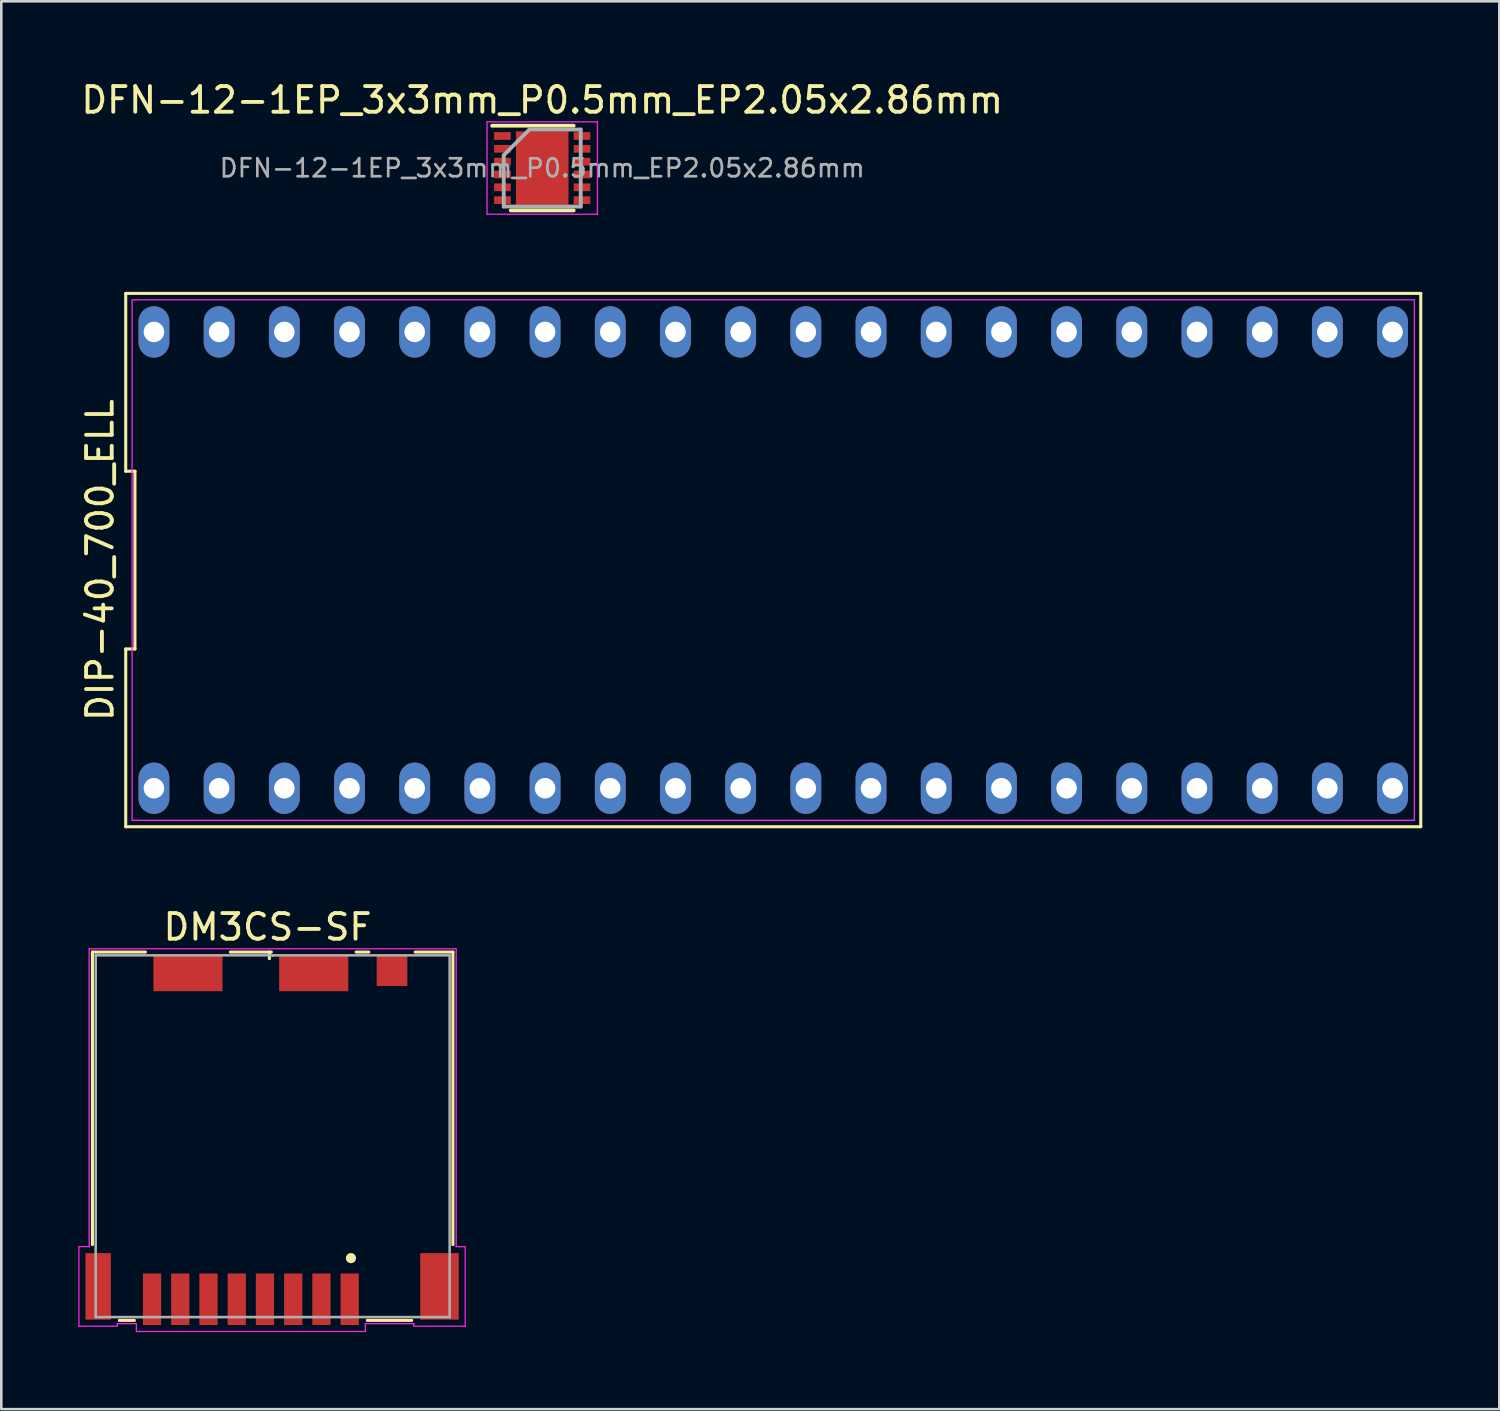
<source format=kicad_pcb>
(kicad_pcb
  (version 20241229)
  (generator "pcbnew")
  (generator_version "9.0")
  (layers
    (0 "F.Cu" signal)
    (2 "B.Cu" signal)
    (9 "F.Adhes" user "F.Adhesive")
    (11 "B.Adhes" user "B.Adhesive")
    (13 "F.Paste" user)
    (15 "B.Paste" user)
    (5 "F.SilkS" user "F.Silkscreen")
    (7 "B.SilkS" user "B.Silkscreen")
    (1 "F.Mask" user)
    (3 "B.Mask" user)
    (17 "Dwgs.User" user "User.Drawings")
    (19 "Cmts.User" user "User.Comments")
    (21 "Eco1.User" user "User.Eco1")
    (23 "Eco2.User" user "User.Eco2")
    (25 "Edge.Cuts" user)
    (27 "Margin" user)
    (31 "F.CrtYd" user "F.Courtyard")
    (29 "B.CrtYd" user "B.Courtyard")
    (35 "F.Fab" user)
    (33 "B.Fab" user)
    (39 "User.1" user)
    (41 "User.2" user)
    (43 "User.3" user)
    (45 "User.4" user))
  (footprint "DM3CS-SF"
    (layer "F.Cu")
    (at 7.574 41.221)
    (property "Reference" "DM3CS-SF" (at -0.2 -8.15 0) (layer "F.SilkS") (effects (font (size 1 1) (thickness 0.15))))
    (attr through_hole)
    (fp_line (start -7.023 -7.176) (end -7.023 4.223) (stroke (width 0.12) (type solid)) (layer "F.SilkS"))
    (fp_line (start -5.973 7.176) (end -5.388 7.176) (stroke (width 0.12) (type solid)) (layer "F.SilkS"))
    (fp_line (start -4.953 -7.176) (end -7.023 -7.176) (stroke (width 0.12) (type solid)) (layer "F.SilkS"))
    (fp_line (start -0.127 -7.176) (end -0.127 -6.921) (stroke (width 0.12) (type solid)) (layer "F.SilkS"))
    (fp_line (start -0.053 -7.176) (end -1.647 -7.176) (stroke (width 0.12) (type solid)) (layer "F.SilkS"))
    (fp_line (start 3.688 7.176) (end 5.419 7.176) (stroke (width 0.12) (type solid)) (layer "F.SilkS"))
    (fp_line (start 3.747 -7.176) (end 3.253 -7.176) (stroke (width 0.12) (type solid)) (layer "F.SilkS"))
    (fp_line (start 7.023 -7.176) (end 5.553 -7.176) (stroke (width 0.12) (type solid)) (layer "F.SilkS"))
    (fp_line (start 7.023 4.223) (end 7.023 -7.176) (stroke (width 0.12) (type solid)) (layer "F.SilkS"))
    (fp_circle (center 3.05 4.75) (end 3.15 4.75) (stroke (width 0.2) (type solid)) (fill no) (layer "F.SilkS"))
    (fp_line (start -7.549 4.302) (end -7.549 7.401) (stroke (width 0.05) (type solid)) (layer "F.CrtYd"))
    (fp_line (start -7.549 7.401) (end -6.051 7.401) (stroke (width 0.05) (type solid)) (layer "F.CrtYd"))
    (fp_line (start -7.15 -7.303) (end -7.15 4.302) (stroke (width 0.05) (type solid)) (layer "F.CrtYd"))
    (fp_line (start -7.15 4.302) (end -7.549 4.302) (stroke (width 0.05) (type solid)) (layer "F.CrtYd"))
    (fp_line (start -6.051 7.303) (end -5.31 7.303) (stroke (width 0.05) (type solid)) (layer "F.CrtYd"))
    (fp_line (start -6.051 7.401) (end -6.051 7.303) (stroke (width 0.05) (type solid)) (layer "F.CrtYd"))
    (fp_line (start -5.31 7.303) (end -5.31 7.609) (stroke (width 0.05) (type solid)) (layer "F.CrtYd"))
    (fp_line (start -5.31 7.609) (end 3.61 7.609) (stroke (width 0.05) (type solid)) (layer "F.CrtYd"))
    (fp_line (start 3.61 7.303) (end 5.497 7.303) (stroke (width 0.05) (type solid)) (layer "F.CrtYd"))
    (fp_line (start 3.61 7.609) (end 3.61 7.303) (stroke (width 0.05) (type solid)) (layer "F.CrtYd"))
    (fp_line (start 5.497 7.303) (end 5.497 7.401) (stroke (width 0.05) (type solid)) (layer "F.CrtYd"))
    (fp_line (start 5.497 7.401) (end 7.503 7.401) (stroke (width 0.05) (type solid)) (layer "F.CrtYd"))
    (fp_line (start 7.15 -7.303) (end -7.15 -7.303) (stroke (width 0.05) (type solid)) (layer "F.CrtYd"))
    (fp_line (start 7.15 4.302) (end 7.15 -7.303) (stroke (width 0.05) (type solid)) (layer "F.CrtYd"))
    (fp_line (start 7.503 4.302) (end 7.15 4.302) (stroke (width 0.05) (type solid)) (layer "F.CrtYd"))
    (fp_line (start 7.503 7.401) (end 7.503 4.302) (stroke (width 0.05) (type solid)) (layer "F.CrtYd"))
    (fp_line (start -6.896 -7.048) (end -6.896 7.048) (stroke (width 0.1) (type solid)) (layer "F.Fab"))
    (fp_line (start -6.896 7.048) (end 6.896 7.048) (stroke (width 0.1) (type solid)) (layer "F.Fab"))
    (fp_line (start 0 -7.048) (end 0 -7.048) (stroke (width 0.1) (type solid)) (layer "F.Fab"))
    (fp_line (start 0 -7.048) (end 0 -7.048) (stroke (width 0.1) (type solid)) (layer "F.Fab"))
    (fp_line (start 0 -7.048) (end 0 -7.048) (stroke (width 0.1) (type solid)) (layer "F.Fab"))
    (fp_line (start 0 -7.048) (end 0 -7.048) (stroke (width 0.1) (type solid)) (layer "F.Fab"))
    (fp_line (start 6.896 -7.048) (end -6.896 -7.048) (stroke (width 0.1) (type solid)) (layer "F.Fab"))
    (fp_line (start 6.896 7.048) (end 6.896 -7.048) (stroke (width 0.1) (type solid)) (layer "F.Fab"))
    (pad "1" smd rect (at 3 6.352) (size 0.711 2.007) (layers "F.Cu" "F.Mask" "F.Paste"))
    (pad "2" smd rect (at 1.9 6.352) (size 0.711 2.007) (layers "F.Cu" "F.Mask" "F.Paste"))
    (pad "3" smd rect (at 0.8 6.352) (size 0.711 2.007) (layers "F.Cu" "F.Mask" "F.Paste"))
    (pad "4" smd rect (at -0.3 6.352) (size 0.711 2.007) (layers "F.Cu" "F.Mask" "F.Paste"))
    (pad "5" smd rect (at -1.4 6.352) (size 0.711 2.007) (layers "F.Cu" "F.Mask" "F.Paste"))
    (pad "6" smd rect (at -2.5 6.352) (size 0.711 2.007) (layers "F.Cu" "F.Mask" "F.Paste"))
    (pad "7" smd rect (at -3.6 6.352) (size 0.711 2.007) (layers "F.Cu" "F.Mask" "F.Paste"))
    (pad "8" smd rect (at -4.7 6.352) (size 0.711 2.007) (layers "F.Cu" "F.Mask" "F.Paste"))
    (pad "9" smd rect (at 1.6 -6.348) (size 2.692 1.397) (layers "F.Cu" "F.Mask" "F.Paste"))
    (pad "10" smd rect (at -6.8 5.851) (size 0.991 2.591) (layers "F.Cu" "F.Mask" "F.Paste"))
    (pad "11" smd rect (at -3.3 -6.348) (size 2.692 1.397) (layers "F.Cu" "F.Mask" "F.Paste"))
    (pad "12" smd rect (at 4.65 -6.449) (size 1.194 1.194) (layers "F.Cu" "F.Mask" "F.Paste"))
    (pad "13" smd rect (at 6.5 5.851) (size 1.499 2.591) (layers "F.Cu" "F.Mask" "F.Paste")))
  (footprint "DIP-40_700_ELL"
    (layer "F.Cu")
    (at 27.078 18.773)
    (property "Reference" "DIP-40_700_ELL" (at -26.23 0 90) (layer "F.SilkS") (effects (font (size 1 1) (thickness 0.15))))
    (attr through_hole)
    (fp_line (start -25.23 -10.39) (end -25.23 -3.463) (stroke (width 0.12) (type solid)) (layer "F.SilkS"))
    (fp_line (start -25.23 -3.463) (end -24.87 -3.463) (stroke (width 0.12) (type solid)) (layer "F.SilkS"))
    (fp_line (start -25.23 3.463) (end -25.23 10.39) (stroke (width 0.12) (type solid)) (layer "F.SilkS"))
    (fp_line (start -25.23 10.39) (end 25.23 10.39) (stroke (width 0.12) (type solid)) (layer "F.SilkS"))
    (fp_line (start -24.87 -3.463) (end -24.87 3.463) (stroke (width 0.12) (type solid)) (layer "F.SilkS"))
    (fp_line (start -24.87 3.463) (end -25.23 3.463) (stroke (width 0.12) (type solid)) (layer "F.SilkS"))
    (fp_line (start 25.23 -10.39) (end -25.23 -10.39) (stroke (width 0.12) (type solid)) (layer "F.SilkS"))
    (fp_line (start 25.23 10.39) (end 25.23 -10.39) (stroke (width 0.12) (type solid)) (layer "F.SilkS"))
    (fp_line (start -24.98 -10.14) (end 24.98 -10.14) (stroke (width 0.05) (type solid)) (layer "F.CrtYd"))
    (fp_line (start -24.98 10.14) (end -24.98 -10.14) (stroke (width 0.05) (type solid)) (layer "F.CrtYd"))
    (fp_line (start 24.98 -10.14) (end 24.98 10.14) (stroke (width 0.05) (type solid)) (layer "F.CrtYd"))
    (fp_line (start 24.98 10.14) (end -24.98 10.14) (stroke (width 0.05) (type solid)) (layer "F.CrtYd"))
    (pad "1" thru_hole oval (at -24.13 8.89) (size 1.2 2) (drill 0.8) (layers "*.Cu" "*.Mask"))
    (pad "2" thru_hole oval (at -21.59 8.89) (size 1.2 2) (drill 0.8) (layers "*.Cu" "*.Mask"))
    (pad "3" thru_hole oval (at -19.05 8.89) (size 1.2 2) (drill 0.8) (layers "*.Cu" "*.Mask"))
    (pad "4" thru_hole oval (at -16.51 8.89) (size 1.2 2) (drill 0.8) (layers "*.Cu" "*.Mask"))
    (pad "5" thru_hole oval (at -13.97 8.89) (size 1.2 2) (drill 0.8) (layers "*.Cu" "*.Mask"))
    (pad "6" thru_hole oval (at -11.43 8.89) (size 1.2 2) (drill 0.8) (layers "*.Cu" "*.Mask"))
    (pad "7" thru_hole oval (at -8.89 8.89) (size 1.2 2) (drill 0.8) (layers "*.Cu" "*.Mask"))
    (pad "8" thru_hole oval (at -6.35 8.89) (size 1.2 2) (drill 0.8) (layers "*.Cu" "*.Mask"))
    (pad "9" thru_hole oval (at -3.81 8.89) (size 1.2 2) (drill 0.8) (layers "*.Cu" "*.Mask"))
    (pad "10" thru_hole oval (at -1.27 8.89) (size 1.2 2) (drill 0.8) (layers "*.Cu" "*.Mask"))
    (pad "11" thru_hole oval (at 1.27 8.89) (size 1.2 2) (drill 0.8) (layers "*.Cu" "*.Mask"))
    (pad "12" thru_hole oval (at 3.81 8.89) (size 1.2 2) (drill 0.8) (layers "*.Cu" "*.Mask"))
    (pad "13" thru_hole oval (at 6.35 8.89) (size 1.2 2) (drill 0.8) (layers "*.Cu" "*.Mask"))
    (pad "14" thru_hole oval (at 8.89 8.89) (size 1.2 2) (drill 0.8) (layers "*.Cu" "*.Mask"))
    (pad "15" thru_hole oval (at 11.43 8.89) (size 1.2 2) (drill 0.8) (layers "*.Cu" "*.Mask"))
    (pad "16" thru_hole oval (at 13.97 8.89) (size 1.2 2) (drill 0.8) (layers "*.Cu" "*.Mask"))
    (pad "17" thru_hole oval (at 16.51 8.89) (size 1.2 2) (drill 0.8) (layers "*.Cu" "*.Mask"))
    (pad "18" thru_hole oval (at 19.05 8.89) (size 1.2 2) (drill 0.8) (layers "*.Cu" "*.Mask"))
    (pad "19" thru_hole oval (at 21.59 8.89) (size 1.2 2) (drill 0.8) (layers "*.Cu" "*.Mask"))
    (pad "20" thru_hole oval (at 24.13 8.89) (size 1.2 2) (drill 0.8) (layers "*.Cu" "*.Mask"))
    (pad "21" thru_hole oval (at 24.13 -8.89) (size 1.2 2) (drill 0.8) (layers "*.Cu" "*.Mask"))
    (pad "22" thru_hole oval (at 21.59 -8.89) (size 1.2 2) (drill 0.8) (layers "*.Cu" "*.Mask"))
    (pad "23" thru_hole oval (at 19.05 -8.89) (size 1.2 2) (drill 0.8) (layers "*.Cu" "*.Mask"))
    (pad "24" thru_hole oval (at 16.51 -8.89) (size 1.2 2) (drill 0.8) (layers "*.Cu" "*.Mask"))
    (pad "25" thru_hole oval (at 13.97 -8.89) (size 1.2 2) (drill 0.8) (layers "*.Cu" "*.Mask"))
    (pad "26" thru_hole oval (at 11.43 -8.89) (size 1.2 2) (drill 0.8) (layers "*.Cu" "*.Mask"))
    (pad "27" thru_hole oval (at 8.89 -8.89) (size 1.2 2) (drill 0.8) (layers "*.Cu" "*.Mask"))
    (pad "28" thru_hole oval (at 6.35 -8.89) (size 1.2 2) (drill 0.8) (layers "*.Cu" "*.Mask"))
    (pad "29" thru_hole oval (at 3.81 -8.89) (size 1.2 2) (drill 0.8) (layers "*.Cu" "*.Mask"))
    (pad "30" thru_hole oval (at 1.27 -8.89) (size 1.2 2) (drill 0.8) (layers "*.Cu" "*.Mask"))
    (pad "31" thru_hole oval (at -1.27 -8.89) (size 1.2 2) (drill 0.8) (layers "*.Cu" "*.Mask"))
    (pad "32" thru_hole oval (at -3.81 -8.89) (size 1.2 2) (drill 0.8) (layers "*.Cu" "*.Mask"))
    (pad "33" thru_hole oval (at -6.35 -8.89) (size 1.2 2) (drill 0.8) (layers "*.Cu" "*.Mask"))
    (pad "34" thru_hole oval (at -8.89 -8.89) (size 1.2 2) (drill 0.8) (layers "*.Cu" "*.Mask"))
    (pad "35" thru_hole oval (at -11.43 -8.89) (size 1.2 2) (drill 0.8) (layers "*.Cu" "*.Mask"))
    (pad "36" thru_hole oval (at -13.97 -8.89) (size 1.2 2) (drill 0.8) (layers "*.Cu" "*.Mask"))
    (pad "37" thru_hole oval (at -16.51 -8.89) (size 1.2 2) (drill 0.8) (layers "*.Cu" "*.Mask"))
    (pad "38" thru_hole oval (at -19.05 -8.89) (size 1.2 2) (drill 0.8) (layers "*.Cu" "*.Mask"))
    (pad "39" thru_hole oval (at -21.59 -8.89) (size 1.2 2) (drill 0.8) (layers "*.Cu" "*.Mask"))
    (pad "40" thru_hole oval (at -24.13 -8.89) (size 1.2 2) (drill 0.8) (layers "*.Cu" "*.Mask")))
  (footprint "DFN-12-1EP_3x3mm_P0.5mm_EP2.05x2.86mm"
    (layer "F.Cu")
    (at 18.077 3.498)
    (property "Reference" "DFN-12-1EP_3x3mm_P0.5mm_EP2.05x2.86mm" (at 0 -2.65 0) (layer "F.SilkS") (effects (font (size 1 1) (thickness 0.15))))
    (attr smd)
    (fp_line (start -1.95 -1.65) (end 1.225 -1.65) (stroke (width 0.15) (type solid)) (layer "F.SilkS"))
    (fp_line (start -1.225 1.65) (end 1.225 1.65) (stroke (width 0.15) (type solid)) (layer "F.SilkS"))
    (fp_line (start -2.15 -1.8) (end -2.15 1.8) (stroke (width 0.05) (type solid)) (layer "F.CrtYd"))
    (fp_line (start -2.15 -1.8) (end 2.15 -1.8) (stroke (width 0.05) (type solid)) (layer "F.CrtYd"))
    (fp_line (start -2.15 1.8) (end 2.15 1.8) (stroke (width 0.05) (type solid)) (layer "F.CrtYd"))
    (fp_line (start 2.15 -1.8) (end 2.15 1.8) (stroke (width 0.05) (type solid)) (layer "F.CrtYd"))
    (fp_line (start -1.5 -0.5) (end -0.5 -1.5) (stroke (width 0.15) (type solid)) (layer "F.Fab"))
    (fp_line (start -1.5 1.5) (end -1.5 -0.5) (stroke (width 0.15) (type solid)) (layer "F.Fab"))
    (fp_line (start -0.5 -1.5) (end 1.5 -1.5) (stroke (width 0.15) (type solid)) (layer "F.Fab"))
    (fp_line (start 1.5 -1.5) (end 1.5 1.5) (stroke (width 0.15) (type solid)) (layer "F.Fab"))
    (fp_line (start 1.5 1.5) (end -1.5 1.5) (stroke (width 0.15) (type solid)) (layer "F.Fab"))
    (fp_text user "${REFERENCE}" (at 0 0 0) (layer "F.Fab") (effects (font (size 0.7 0.7) (thickness 0.105))))
    (pad "" smd rect (at -0.512 -0.715) (size 0.8 1.2) (layers "F.Paste"))
    (pad "" smd rect (at -0.512 0.715) (size 0.8 1.2) (layers "F.Paste"))
    (pad "" smd rect (at 0.512 -0.715) (size 0.8 1.2) (layers "F.Paste"))
    (pad "" smd rect (at 0.512 0.715) (size 0.8 1.2) (layers "F.Paste"))
    (pad "1" smd rect (at -1.55 -1.25) (size 0.65 0.3) (layers "F.Cu" "F.Mask" "F.Paste"))
    (pad "2" smd rect (at -1.55 -0.75) (size 0.65 0.3) (layers "F.Cu" "F.Mask" "F.Paste"))
    (pad "3" smd rect (at -1.55 -0.25) (size 0.65 0.3) (layers "F.Cu" "F.Mask" "F.Paste"))
    (pad "4" smd rect (at -1.55 0.25) (size 0.65 0.3) (layers "F.Cu" "F.Mask" "F.Paste"))
    (pad "5" smd rect (at -1.55 0.75) (size 0.65 0.3) (layers "F.Cu" "F.Mask" "F.Paste"))
    (pad "6" smd rect (at -1.55 1.25) (size 0.65 0.3) (layers "F.Cu" "F.Mask" "F.Paste"))
    (pad "7" smd rect (at 1.55 1.25) (size 0.65 0.3) (layers "F.Cu" "F.Mask" "F.Paste"))
    (pad "8" smd rect (at 1.55 0.75) (size 0.65 0.3) (layers "F.Cu" "F.Mask" "F.Paste"))
    (pad "9" smd rect (at 1.55 0.25) (size 0.65 0.3) (layers "F.Cu" "F.Mask" "F.Paste"))
    (pad "10" smd rect (at 1.55 -0.25) (size 0.65 0.3) (layers "F.Cu" "F.Mask" "F.Paste"))
    (pad "11" smd rect (at 1.55 -0.75) (size 0.65 0.3) (layers "F.Cu" "F.Mask" "F.Paste"))
    (pad "12" smd rect (at 1.55 -1.25) (size 0.65 0.3) (layers "F.Cu" "F.Mask" "F.Paste"))
    (pad "13" smd rect (at 0 0) (size 2.05 2.86) (layers "F.Cu" "F.Mask")))
  (gr_rect
    (start -3 -3)
    (end 55.368 51.855)
    (stroke (width 0.1) (type default))
    (fill no)
    (layer "Edge.Cuts")))
</source>
